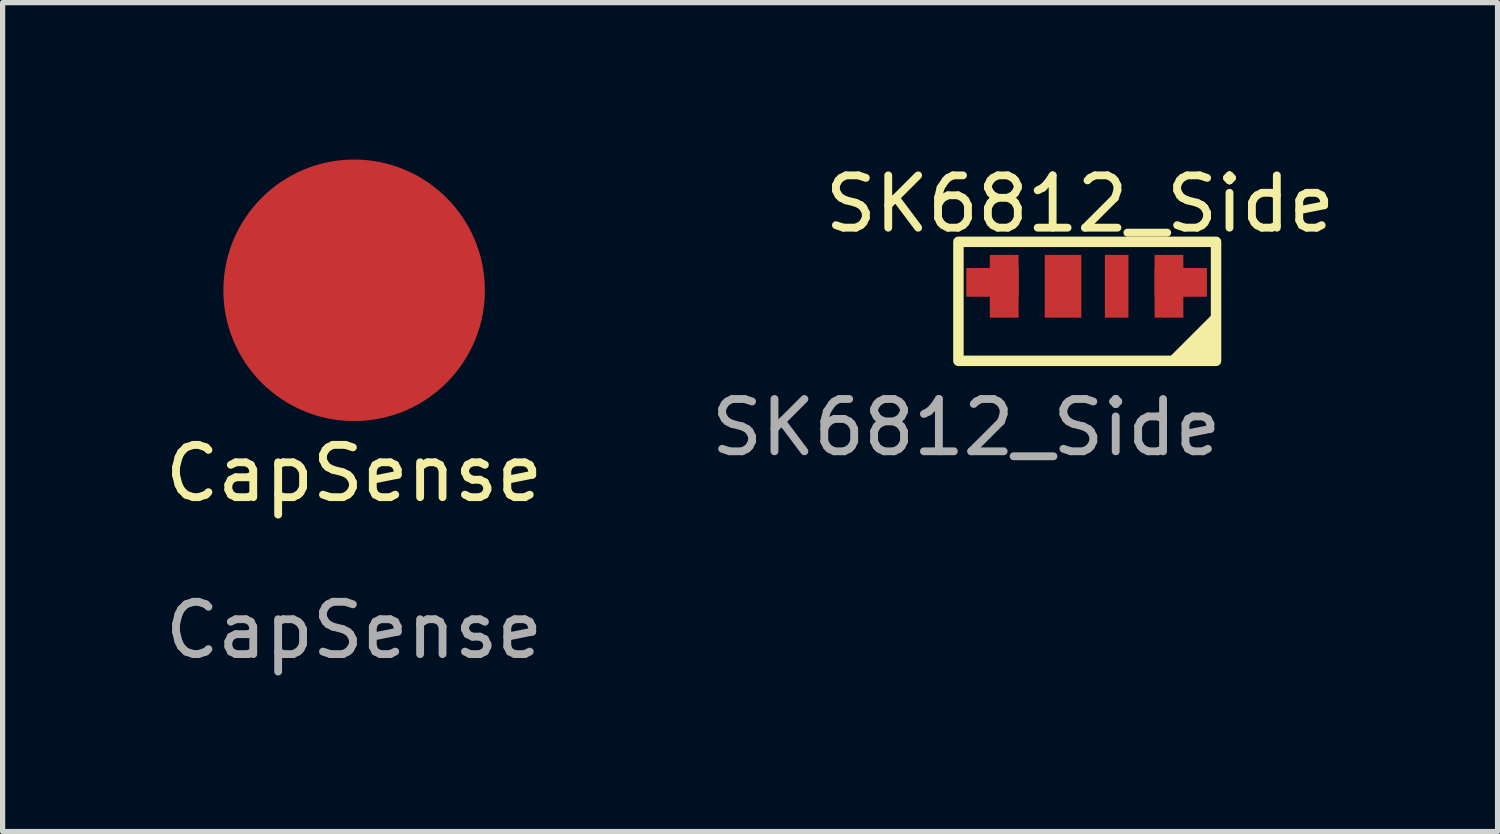
<source format=kicad_pcb>
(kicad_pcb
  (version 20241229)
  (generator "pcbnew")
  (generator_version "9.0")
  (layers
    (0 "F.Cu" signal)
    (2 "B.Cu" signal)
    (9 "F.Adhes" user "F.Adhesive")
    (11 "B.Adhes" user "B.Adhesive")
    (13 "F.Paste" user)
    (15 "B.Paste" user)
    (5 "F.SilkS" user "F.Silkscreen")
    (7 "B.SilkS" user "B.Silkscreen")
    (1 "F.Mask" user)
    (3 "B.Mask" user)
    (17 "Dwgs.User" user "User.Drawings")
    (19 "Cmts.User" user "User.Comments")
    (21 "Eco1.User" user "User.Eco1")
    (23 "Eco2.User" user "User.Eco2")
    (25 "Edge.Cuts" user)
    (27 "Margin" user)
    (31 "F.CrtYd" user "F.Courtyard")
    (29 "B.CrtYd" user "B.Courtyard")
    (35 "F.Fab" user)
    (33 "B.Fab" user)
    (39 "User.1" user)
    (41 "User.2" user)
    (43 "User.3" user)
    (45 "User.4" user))
  (footprint "SK6812_Side"
    (layer "F.Cu")
    (at 15.423 2.623)
    (property "Reference" "SK6812_Side" (at 2.175 -1.775 0) (unlocked yes) (layer "F.SilkS") (effects (font (size 1 1) (thickness 0.15))))
    (attr smd)
    (fp_line (start 3.875 1.25) (end 4.775 0.35) (stroke (width 0.12) (type default)) (layer "F.SilkS"))
    (fp_line (start 4.05 1.175) (end 4.175 1.175) (stroke (width 0.12) (type default)) (layer "F.SilkS"))
    (fp_line (start 4.05 1.2) (end 4.75 0.5) (stroke (width 0.12) (type default)) (layer "F.SilkS"))
    (fp_line (start 4.175 1.175) (end 4.25 1.25) (stroke (width 0.12) (type default)) (layer "F.SilkS"))
    (fp_line (start 4.175 1.175) (end 4.75 0.6) (stroke (width 0.12) (type default)) (layer "F.SilkS"))
    (fp_line (start 4.25 1.25) (end 4.7 0.8) (stroke (width 0.12) (type default)) (layer "F.SilkS"))
    (fp_line (start 4.425 1.2) (end 4.675 0.9) (stroke (width 0.12) (type default)) (layer "F.SilkS"))
    (fp_line (start 4.6 1.175) (end 4.725 1.075) (stroke (width 0.12) (type default)) (layer "F.SilkS"))
    (fp_line (start 4.675 0.9) (end 4.6 1.175) (stroke (width 0.12) (type default)) (layer "F.SilkS"))
    (fp_line (start 4.7 0.8) (end 4.425 1.2) (stroke (width 0.12) (type default)) (layer "F.SilkS"))
    (fp_line (start 4.725 1.075) (end 4.7 1.125) (stroke (width 0.12) (type default)) (layer "F.SilkS"))
    (fp_line (start 4.75 0.5) (end 4.05 1.175) (stroke (width 0.12) (type default)) (layer "F.SilkS"))
    (fp_line (start 4.75 0.6) (end 4.775 0.675) (stroke (width 0.12) (type default)) (layer "F.SilkS"))
    (fp_line (start 4.775 0.675) (end 4.175 1.175) (stroke (width 0.12) (type default)) (layer "F.SilkS"))
    (fp_rect (start -0.15 -1.05) (end 4.775 1.225) (stroke (width 0.2) (type default)) (fill no) (layer "F.SilkS"))
    (fp_text user "${REFERENCE}" (at 0 2.5 0) (unlocked yes) (layer "F.Fab") (effects (font (size 1 1) (thickness 0.15))))
    (pad "1" smd rect (at 0.5 -0.275) (size 1 0.55) (layers "F.Cu" "F.Mask" "F.Paste"))
    (pad "1" smd rect (at 0.725 -0.2) (size 0.55 1.2) (layers "F.Cu" "F.Mask" "F.Paste"))
    (pad "2" smd rect (at 1.85 -0.2) (size 0.7 1.2) (layers "F.Cu" "F.Mask" "F.Paste"))
    (pad "3" smd rect (at 2.875 -0.2) (size 0.45 1.2) (layers "F.Cu" "F.Mask" "F.Paste"))
    (pad "4" smd rect (at 3.875 -0.2) (size 0.55 1.2) (layers "F.Cu" "F.Mask" "F.Paste"))
    (pad "4" smd rect (at 4.1 -0.275) (size 1 0.55) (layers "F.Cu" "F.Mask" "F.Paste")))
  (footprint "CapSense"
    (layer "F.Cu")
    (at 3.72 6.5)
    (property "Reference" "CapSense" (at 0 -0.5 0) (unlocked yes) (layer "F.SilkS") (effects (font (size 1 1) (thickness 0.15))))
    (attr smd)
    (fp_text user "${REFERENCE}" (at 0 2.5 0) (unlocked yes) (layer "F.Fab") (effects (font (size 1 1) (thickness 0.15))))
    (pad "1" smd circle (at 0 -4) (size 5 5) (layers "F.Cu")))
  (gr_rect
    (start -3 -3)
    (end 25.58 12.848)
    (stroke (width 0.1) (type default))
    (fill no)
    (layer "Edge.Cuts")))
</source>
